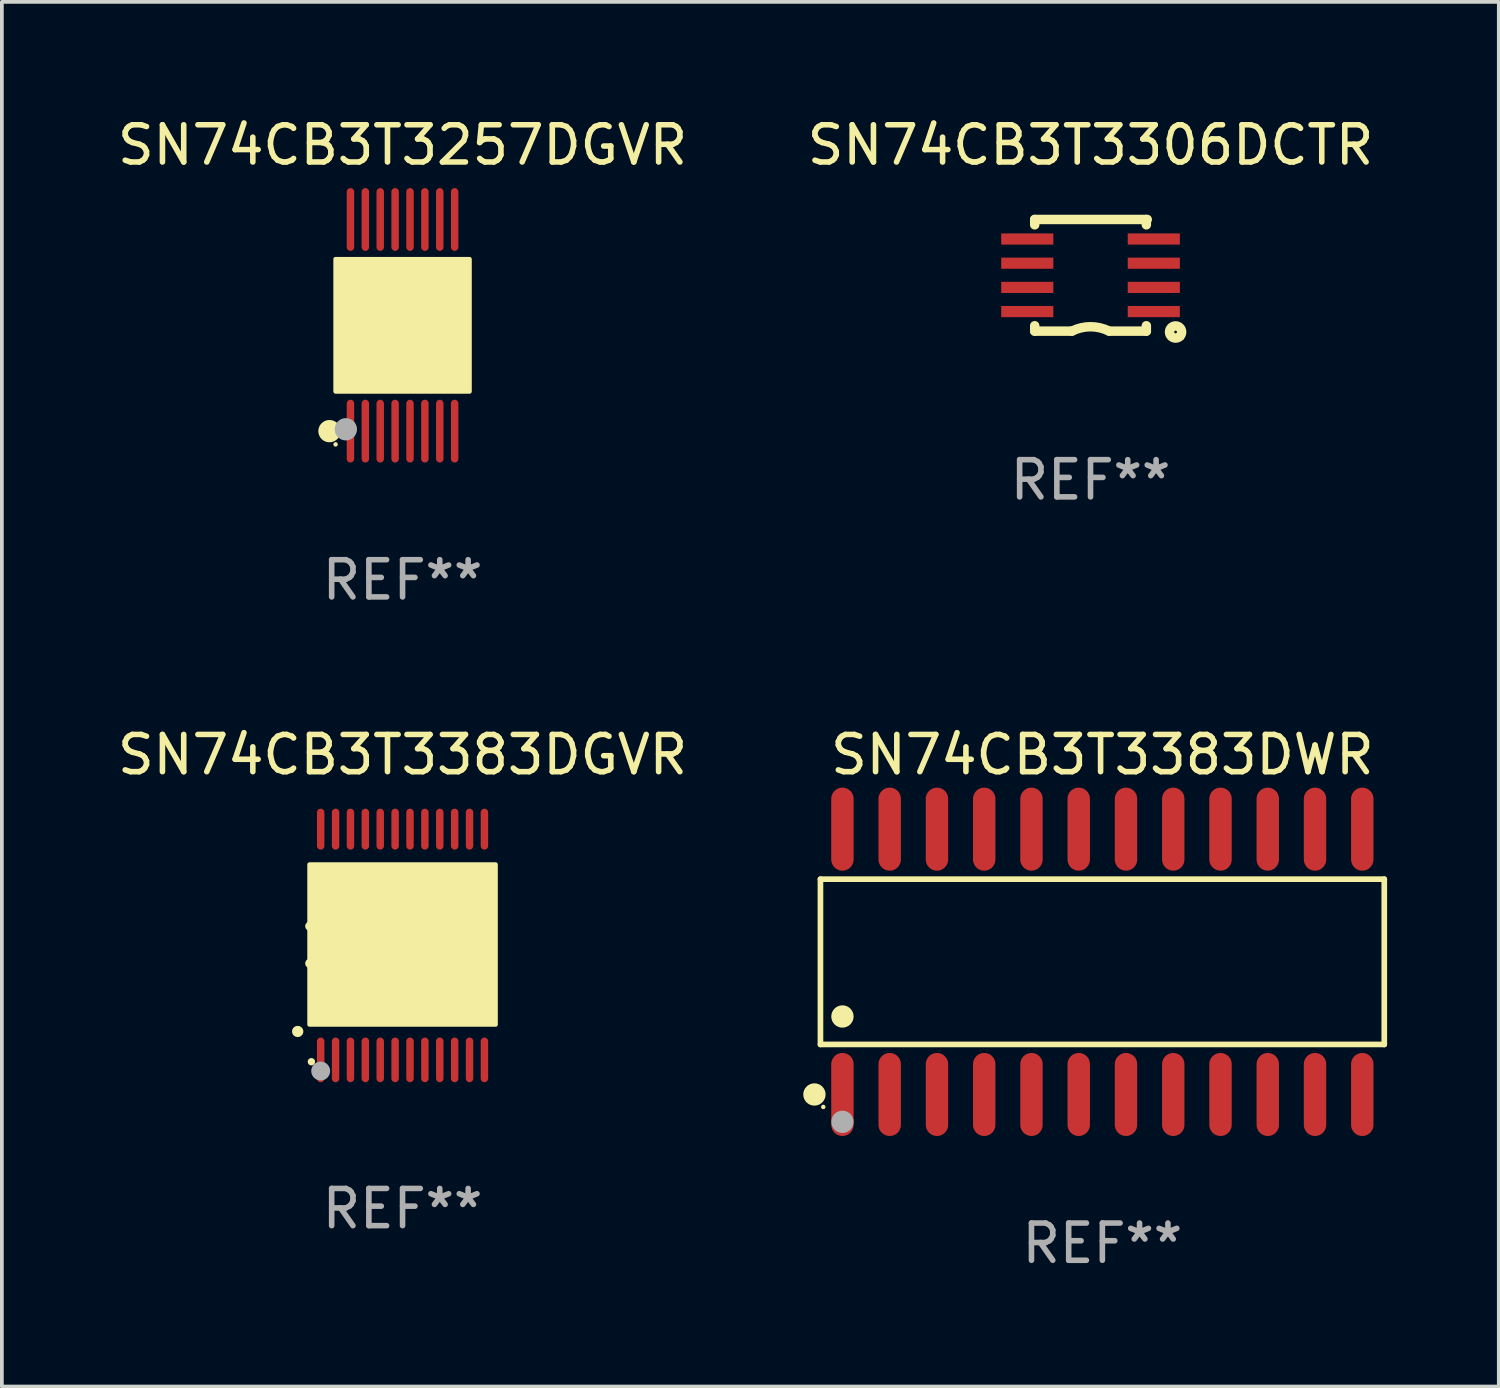
<source format=kicad_pcb>
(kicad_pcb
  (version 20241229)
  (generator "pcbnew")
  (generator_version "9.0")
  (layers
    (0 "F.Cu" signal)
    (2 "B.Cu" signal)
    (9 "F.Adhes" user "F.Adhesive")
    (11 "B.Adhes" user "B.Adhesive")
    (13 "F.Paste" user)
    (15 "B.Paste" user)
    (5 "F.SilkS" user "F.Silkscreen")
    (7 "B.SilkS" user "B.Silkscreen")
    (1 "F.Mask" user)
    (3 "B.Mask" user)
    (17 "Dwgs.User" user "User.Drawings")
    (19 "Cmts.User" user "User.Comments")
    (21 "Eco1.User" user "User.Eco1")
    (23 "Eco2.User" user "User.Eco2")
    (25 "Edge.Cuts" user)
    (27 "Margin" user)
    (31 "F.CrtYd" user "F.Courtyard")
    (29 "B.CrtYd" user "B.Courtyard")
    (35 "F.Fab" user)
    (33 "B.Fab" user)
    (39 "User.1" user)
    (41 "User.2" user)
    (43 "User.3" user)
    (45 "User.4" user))
  (footprint "SN74CB3T3383DWR"
    (layer "F.Cu")
    (at 26.574 22.797)
    (property "Reference" "SN74CB3T3383DWR" (at 0 -5.565 0) (layer "F.SilkS") (effects (font (size 1 1) (thickness 0.15))))
    (attr through_hole)
    (fp_line (start -7.576 -2.221) (end 7.576 -2.221) (stroke (width 0.152) (type solid)) (layer "F.SilkS"))
    (fp_line (start -7.576 2.221) (end -7.576 -2.221) (stroke (width 0.152) (type solid)) (layer "F.SilkS"))
    (fp_line (start 7.576 -2.221) (end 7.576 2.221) (stroke (width 0.152) (type solid)) (layer "F.SilkS"))
    (fp_line (start 7.576 2.221) (end -7.576 2.221) (stroke (width 0.152) (type solid)) (layer "F.SilkS"))
    (fp_circle (center -7.738 3.565) (end -7.588 3.565) (stroke (width 0.3) (type solid)) (fill no) (layer "F.SilkS"))
    (fp_circle (center -7.5 3.9) (end -7.47 3.9) (stroke (width 0.06) (type solid)) (fill no) (layer "F.SilkS"))
    (fp_circle (center -6.985 1.469) (end -6.835 1.469) (stroke (width 0.3) (type solid)) (fill no) (layer "F.SilkS"))
    (fp_circle (center -6.985 4.3) (end -6.835 4.3) (stroke (width 0.3) (type solid)) (fill no) (layer "F.Fab"))
    (fp_text user "REF**" (at 0 7.565 0) (layer "F.Fab") (effects (font (size 1 1) (thickness 0.15))))
    (pad "1" smd oval (at -6.985 3.565) (size 0.602 2.231) (layers "F.Cu" "F.Mask" "F.Paste"))
    (pad "2" smd oval (at -5.715 3.565) (size 0.602 2.231) (layers "F.Cu" "F.Mask" "F.Paste"))
    (pad "3" smd oval (at -4.445 3.565) (size 0.602 2.231) (layers "F.Cu" "F.Mask" "F.Paste"))
    (pad "4" smd oval (at -3.175 3.565) (size 0.602 2.231) (layers "F.Cu" "F.Mask" "F.Paste"))
    (pad "5" smd oval (at -1.905 3.565) (size 0.602 2.231) (layers "F.Cu" "F.Mask" "F.Paste"))
    (pad "6" smd oval (at -0.635 3.565) (size 0.602 2.231) (layers "F.Cu" "F.Mask" "F.Paste"))
    (pad "7" smd oval (at 0.635 3.565) (size 0.602 2.231) (layers "F.Cu" "F.Mask" "F.Paste"))
    (pad "8" smd oval (at 1.905 3.565) (size 0.602 2.231) (layers "F.Cu" "F.Mask" "F.Paste"))
    (pad "9" smd oval (at 3.175 3.565) (size 0.602 2.231) (layers "F.Cu" "F.Mask" "F.Paste"))
    (pad "10" smd oval (at 4.445 3.565) (size 0.602 2.231) (layers "F.Cu" "F.Mask" "F.Paste"))
    (pad "11" smd oval (at 5.715 3.565) (size 0.602 2.231) (layers "F.Cu" "F.Mask" "F.Paste"))
    (pad "12" smd oval (at 6.985 3.565) (size 0.602 2.231) (layers "F.Cu" "F.Mask" "F.Paste"))
    (pad "13" smd oval (at 6.985 -3.565) (size 0.602 2.231) (layers "F.Cu" "F.Mask" "F.Paste"))
    (pad "14" smd oval (at 5.715 -3.565) (size 0.602 2.231) (layers "F.Cu" "F.Mask" "F.Paste"))
    (pad "15" smd oval (at 4.445 -3.565) (size 0.602 2.231) (layers "F.Cu" "F.Mask" "F.Paste"))
    (pad "16" smd oval (at 3.175 -3.565) (size 0.602 2.231) (layers "F.Cu" "F.Mask" "F.Paste"))
    (pad "17" smd oval (at 1.905 -3.565) (size 0.602 2.231) (layers "F.Cu" "F.Mask" "F.Paste"))
    (pad "18" smd oval (at 0.635 -3.565) (size 0.602 2.231) (layers "F.Cu" "F.Mask" "F.Paste"))
    (pad "19" smd oval (at -0.635 -3.565) (size 0.602 2.231) (layers "F.Cu" "F.Mask" "F.Paste"))
    (pad "20" smd oval (at -1.905 -3.565) (size 0.602 2.231) (layers "F.Cu" "F.Mask" "F.Paste"))
    (pad "21" smd oval (at -3.175 -3.565) (size 0.602 2.231) (layers "F.Cu" "F.Mask" "F.Paste"))
    (pad "22" smd oval (at -4.445 -3.565) (size 0.602 2.231) (layers "F.Cu" "F.Mask" "F.Paste"))
    (pad "23" smd oval (at -5.715 -3.565) (size 0.602 2.231) (layers "F.Cu" "F.Mask" "F.Paste"))
    (pad "24" smd oval (at -6.985 -3.565) (size 0.602 2.231) (layers "F.Cu" "F.Mask" "F.Paste")))
  (footprint "SN74CB3T3306DCTR"
    (layer "F.Cu")
    (at 26.256 4.348)
    (property "Reference" "SN74CB3T3306DCTR" (at 0 -3.5 0) (layer "F.SilkS") (effects (font (size 1 1) (thickness 0.15))))
    (attr through_hole)
    (fp_line (start -1.5 -1.5) (end 1.524 -1.5) (stroke (width 0.254) (type solid)) (layer "F.SilkS"))
    (fp_line (start -1.5 -1.356) (end -1.5 -1.5) (stroke (width 0.254) (type solid)) (layer "F.SilkS"))
    (fp_line (start -1.5 1.5) (end -1.5 1.356) (stroke (width 0.254) (type solid)) (layer "F.SilkS"))
    (fp_line (start -1.5 1.5) (end -0.5 1.5) (stroke (width 0.254) (type solid)) (layer "F.SilkS"))
    (fp_line (start 1.5 -1.356) (end 1.5 -1.5) (stroke (width 0.254) (type solid)) (layer "F.SilkS"))
    (fp_line (start 1.5 1.5) (end 0.5 1.5) (stroke (width 0.254) (type solid)) (layer "F.SilkS"))
    (fp_line (start 1.5 1.5) (end 1.5 1.356) (stroke (width 0.254) (type solid)) (layer "F.SilkS"))
    (fp_arc (start -0.500051 1.5) (mid -0.000446 1.3822) (end 0.499111 1.500203) (stroke (width 0.254001) (type solid)) (layer "F.SilkS"))
    (fp_circle (center 2.286 1.524) (end 2.322 1.524) (stroke (width 0.254) (type solid)) (fill no) (layer "F.SilkS"))
    (fp_circle (center 2.449 1.687) (end 2.479 1.687) (stroke (width 0.06) (type solid)) (fill no) (layer "F.SilkS"))
    (fp_text user "REF**" (at 0 5.5 0) (layer "F.Fab") (effects (font (size 1 1) (thickness 0.15))))
    (pad "1" smd rect (at 1.7 0.975 90) (size 0.3 1.4) (layers "F.Cu" "F.Mask" "F.Paste"))
    (pad "2" smd rect (at 1.7 0.325 90) (size 0.3 1.4) (layers "F.Cu" "F.Mask" "F.Paste"))
    (pad "3" smd rect (at 1.7 -0.325 90) (size 0.3 1.4) (layers "F.Cu" "F.Mask" "F.Paste"))
    (pad "4" smd rect (at 1.7 -0.975 90) (size 0.3 1.4) (layers "F.Cu" "F.Mask" "F.Paste"))
    (pad "5" smd rect (at -1.7 -0.975 90) (size 0.3 1.4) (layers "F.Cu" "F.Mask" "F.Paste"))
    (pad "6" smd rect (at -1.7 -0.325 90) (size 0.3 1.4) (layers "F.Cu" "F.Mask" "F.Paste"))
    (pad "7" smd rect (at -1.7 0.325 90) (size 0.3 1.4) (layers "F.Cu" "F.Mask" "F.Paste"))
    (pad "8" smd rect (at -1.7 0.975 90) (size 0.3 1.4) (layers "F.Cu" "F.Mask" "F.Paste")))
  (footprint "SN74CB3T3257DGVR"
    (layer "F.Cu")
    (at 7.768 5.692)
    (property "Reference" "SN74CB3T3257DGVR" (at 0 -4.844 0) (layer "F.SilkS") (effects (font (size 1 1) (thickness 0.15))))
    (attr through_hole)
    (fp_circle (center -1.964 2.844) (end -1.814 2.844) (stroke (width 0.3) (type solid)) (fill no) (layer "F.SilkS"))
    (fp_circle (center -1.8 3.2) (end -1.77 3.2) (stroke (width 0.06) (type solid)) (fill no) (layer "F.SilkS"))
    (fp_circle (center -1.4 1.019) (end -1.25 1.019) (stroke (width 0.3) (type solid)) (fill no) (layer "F.SilkS"))
    (fp_poly (pts (xy -1.8 -1.778) (xy 1.8 -1.778) (xy 1.8 1.778) (xy -1.8 1.778)) (stroke (width 0.12) (type solid)) (fill yes) (layer "F.SilkS"))
    (fp_circle (center -1.524 2.794) (end -1.374 2.794) (stroke (width 0.3) (type solid)) (fill no) (layer "F.Fab"))
    (fp_text user "REF**" (at 0 6.844 0) (layer "F.Fab") (effects (font (size 1 1) (thickness 0.15))))
    (pad "1" smd oval (at -1.4 2.844) (size 0.2 1.687) (layers "F.Cu" "F.Mask" "F.Paste"))
    (pad "2" smd oval (at -1 2.844) (size 0.2 1.687) (layers "F.Cu" "F.Mask" "F.Paste"))
    (pad "3" smd oval (at -0.6 2.844) (size 0.2 1.687) (layers "F.Cu" "F.Mask" "F.Paste"))
    (pad "4" smd oval (at -0.2 2.844) (size 0.2 1.687) (layers "F.Cu" "F.Mask" "F.Paste"))
    (pad "5" smd oval (at 0.2 2.844) (size 0.2 1.687) (layers "F.Cu" "F.Mask" "F.Paste"))
    (pad "6" smd oval (at 0.6 2.844) (size 0.2 1.687) (layers "F.Cu" "F.Mask" "F.Paste"))
    (pad "7" smd oval (at 1 2.844) (size 0.2 1.687) (layers "F.Cu" "F.Mask" "F.Paste"))
    (pad "8" smd oval (at 1.4 2.844) (size 0.2 1.687) (layers "F.Cu" "F.Mask" "F.Paste"))
    (pad "9" smd oval (at 1.4 -2.844) (size 0.2 1.687) (layers "F.Cu" "F.Mask" "F.Paste"))
    (pad "10" smd oval (at 1 -2.844) (size 0.2 1.687) (layers "F.Cu" "F.Mask" "F.Paste"))
    (pad "11" smd oval (at 0.6 -2.844) (size 0.2 1.687) (layers "F.Cu" "F.Mask" "F.Paste"))
    (pad "12" smd oval (at 0.2 -2.844) (size 0.2 1.687) (layers "F.Cu" "F.Mask" "F.Paste"))
    (pad "13" smd oval (at -0.2 -2.844) (size 0.2 1.687) (layers "F.Cu" "F.Mask" "F.Paste"))
    (pad "14" smd oval (at -0.6 -2.844) (size 0.2 1.687) (layers "F.Cu" "F.Mask" "F.Paste"))
    (pad "15" smd oval (at -1 -2.844) (size 0.2 1.687) (layers "F.Cu" "F.Mask" "F.Paste"))
    (pad "16" smd oval (at -1.4 -2.844) (size 0.2 1.687) (layers "F.Cu" "F.Mask" "F.Paste")))
  (footprint "SN74CB3T3383DGVR"
    (layer "F.Cu")
    (at 7.768 22.332)
    (property "Reference" "SN74CB3T3383DGVR" (at 0 -5.1 0) (layer "F.SilkS") (effects (font (size 1 1) (thickness 0.15))))
    (attr through_hole)
    (fp_arc (start -2.819355 2.336703) (mid -2.818085 2.336698) (end -2.816815 2.336703) (stroke (width 0.3) (type solid)) (layer "F.SilkS"))
    (fp_arc (start -2.489154 -0.492863) (mid -1.989154 0.007518) (end -2.489154 0.507899) (stroke (width 0.254001) (type solid)) (layer "F.SilkS"))
    (fp_circle (center -2.45 3.15) (end -2.4 3.15) (stroke (width 0.1) (type solid)) (fill no) (layer "F.SilkS"))
    (fp_poly (pts (xy -2.5 -2.15) (xy 2.5 -2.15) (xy 2.5 2.15) (xy -2.5 2.15)) (stroke (width 0.12) (type solid)) (fill yes) (layer "F.SilkS"))
    (fp_circle (center -2.2 3.4) (end -2.073 3.4) (stroke (width 0.254) (type solid)) (fill no) (layer "F.Fab"))
    (fp_text user "REF**" (at 0 7.1 0) (layer "F.Fab") (effects (font (size 1 1) (thickness 0.15))))
    (pad "1" smd oval (at -2.2 3.1 180) (size 0.2 1.2) (layers "F.Cu" "F.Mask" "F.Paste"))
    (pad "2" smd oval (at -1.8 3.1 180) (size 0.2 1.2) (layers "F.Cu" "F.Mask" "F.Paste"))
    (pad "3" smd oval (at -1.4 3.1 180) (size 0.2 1.2) (layers "F.Cu" "F.Mask" "F.Paste"))
    (pad "4" smd oval (at -1 3.1 180) (size 0.2 1.2) (layers "F.Cu" "F.Mask" "F.Paste"))
    (pad "5" smd oval (at -0.6 3.1 180) (size 0.2 1.2) (layers "F.Cu" "F.Mask" "F.Paste"))
    (pad "6" smd oval (at -0.2 3.1 180) (size 0.2 1.2) (layers "F.Cu" "F.Mask" "F.Paste"))
    (pad "7" smd oval (at 0.2 3.1 180) (size 0.2 1.2) (layers "F.Cu" "F.Mask" "F.Paste"))
    (pad "8" smd oval (at 0.6 3.1 180) (size 0.2 1.2) (layers "F.Cu" "F.Mask" "F.Paste"))
    (pad "9" smd oval (at 1 3.1 180) (size 0.2 1.2) (layers "F.Cu" "F.Mask" "F.Paste"))
    (pad "10" smd oval (at 1.4 3.1 180) (size 0.2 1.2) (layers "F.Cu" "F.Mask" "F.Paste"))
    (pad "11" smd oval (at 1.8 3.1 180) (size 0.2 1.2) (layers "F.Cu" "F.Mask" "F.Paste"))
    (pad "12" smd oval (at 2.2 3.1 180) (size 0.2 1.2) (layers "F.Cu" "F.Mask" "F.Paste"))
    (pad "13" smd oval (at 2.2 -3.1 180) (size 0.2 1.1) (layers "F.Cu" "F.Mask" "F.Paste"))
    (pad "14" smd oval (at 1.8 -3.1 180) (size 0.2 1.1) (layers "F.Cu" "F.Mask" "F.Paste"))
    (pad "15" smd oval (at 1.4 -3.1 180) (size 0.2 1.1) (layers "F.Cu" "F.Mask" "F.Paste"))
    (pad "16" smd oval (at 1 -3.1 180) (size 0.2 1.1) (layers "F.Cu" "F.Mask" "F.Paste"))
    (pad "17" smd oval (at 0.6 -3.1 180) (size 0.2 1.1) (layers "F.Cu" "F.Mask" "F.Paste"))
    (pad "18" smd oval (at 0.2 -3.1 180) (size 0.2 1.1) (layers "F.Cu" "F.Mask" "F.Paste"))
    (pad "19" smd oval (at -0.2 -3.1 180) (size 0.2 1.1) (layers "F.Cu" "F.Mask" "F.Paste"))
    (pad "20" smd oval (at -0.6 -3.1 180) (size 0.2 1.1) (layers "F.Cu" "F.Mask" "F.Paste"))
    (pad "21" smd oval (at -1 -3.1 180) (size 0.2 1.1) (layers "F.Cu" "F.Mask" "F.Paste"))
    (pad "22" smd oval (at -1.4 -3.1 180) (size 0.2 1.1) (layers "F.Cu" "F.Mask" "F.Paste"))
    (pad "23" smd oval (at -1.8 -3.1 180) (size 0.2 1.1) (layers "F.Cu" "F.Mask" "F.Paste"))
    (pad "24" smd oval (at -2.2 -3.1 180) (size 0.2 1.1) (layers "F.Cu" "F.Mask" "F.Paste")))
  (gr_rect
    (start -3 -3)
    (end 37.227 34.211)
    (stroke (width 0.1) (type default))
    (fill no)
    (layer "Edge.Cuts")))
</source>
